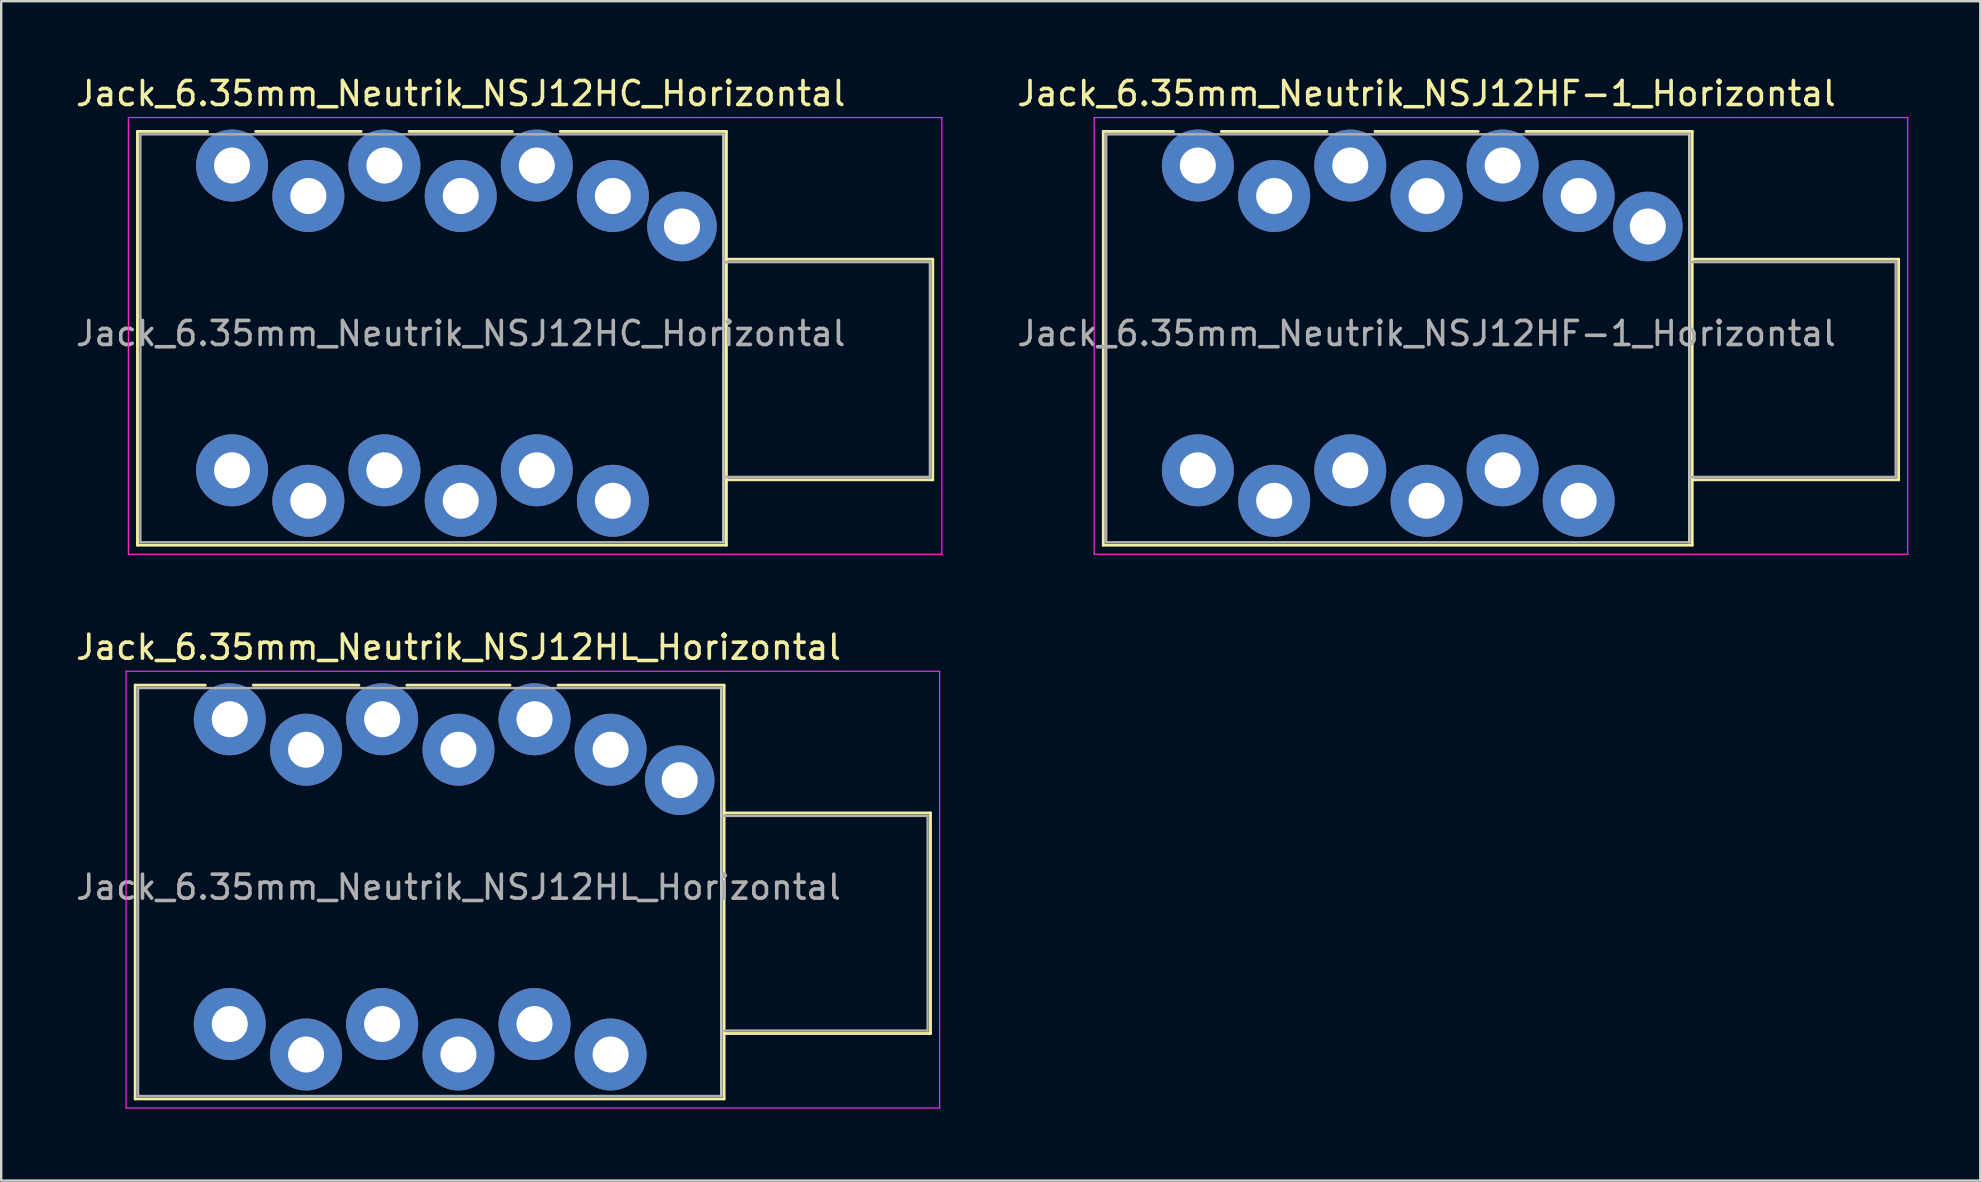
<source format=kicad_pcb>
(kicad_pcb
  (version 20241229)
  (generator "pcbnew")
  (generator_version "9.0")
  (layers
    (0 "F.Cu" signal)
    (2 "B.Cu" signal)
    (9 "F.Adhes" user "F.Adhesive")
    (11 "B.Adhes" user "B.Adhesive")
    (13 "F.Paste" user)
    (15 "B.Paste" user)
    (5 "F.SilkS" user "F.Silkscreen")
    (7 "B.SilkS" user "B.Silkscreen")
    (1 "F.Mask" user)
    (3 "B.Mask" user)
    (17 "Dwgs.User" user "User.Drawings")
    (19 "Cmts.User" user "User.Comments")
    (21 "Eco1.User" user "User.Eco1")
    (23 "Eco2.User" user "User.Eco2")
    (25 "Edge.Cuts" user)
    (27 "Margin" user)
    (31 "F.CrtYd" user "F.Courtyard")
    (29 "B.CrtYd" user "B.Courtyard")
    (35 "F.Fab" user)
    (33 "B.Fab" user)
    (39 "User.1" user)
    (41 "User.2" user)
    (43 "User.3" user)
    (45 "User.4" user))
  (footprint "Jack_6.35mm_Neutrik_NSJ12HC_Horizontal"
    (layer "F.Cu")
    (at 6.619 3.848)
    (property "Reference" "Jack_6.35mm_Neutrik_NSJ12HC_Horizontal" (at 9.53 -3 0) (layer "F.SilkS") (effects (font (size 1 1) (thickness 0.15))))
    (attr through_hole)
    (fp_line (start -3.94 -1.42) (end -1.02 -1.42) (stroke (width 0.12) (type solid)) (layer "F.SilkS"))
    (fp_line (start -3.94 15.82) (end -3.94 -1.42) (stroke (width 0.12) (type solid)) (layer "F.SilkS"))
    (fp_line (start -3.94 15.82) (end 20.6 15.82) (stroke (width 0.12) (type solid)) (layer "F.SilkS"))
    (fp_line (start 0.98 -1.42) (end 5.38 -1.42) (stroke (width 0.12) (type solid)) (layer "F.SilkS"))
    (fp_line (start 7.38 -1.42) (end 11.68 -1.42) (stroke (width 0.12) (type solid)) (layer "F.SilkS"))
    (fp_line (start 13.68 -1.42) (end 20.6 -1.42) (stroke (width 0.12) (type solid)) (layer "F.SilkS"))
    (fp_line (start 20.6 -1.42) (end 20.6 15.82) (stroke (width 0.12) (type solid)) (layer "F.SilkS"))
    (fp_line (start 29.2 3.905) (end 20.6 3.905) (stroke (width 0.12) (type solid)) (layer "F.SilkS"))
    (fp_line (start 29.2 13.095) (end 20.6 13.095) (stroke (width 0.12) (type solid)) (layer "F.SilkS"))
    (fp_line (start 29.2 13.095) (end 29.2 3.905) (stroke (width 0.12) (type solid)) (layer "F.SilkS"))
    (fp_line (start 20.48 -1.3) (end 20.48 15.7) (stroke (width 0.1) (type solid)) (layer "Dwgs.User"))
    (fp_line (start -4.32 16.2) (end -4.32 -2) (stroke (width 0.05) (type solid)) (layer "F.CrtYd"))
    (fp_line (start -4.32 16.2) (end 29.58 16.2) (stroke (width 0.05) (type solid)) (layer "F.CrtYd"))
    (fp_line (start 29.58 -2) (end -4.32 -2) (stroke (width 0.05) (type solid)) (layer "F.CrtYd"))
    (fp_line (start 29.58 16.2) (end 29.58 -2) (stroke (width 0.05) (type solid)) (layer "F.CrtYd"))
    (fp_line (start -3.82 -1.3) (end 20.48 -1.3) (stroke (width 0.1) (type solid)) (layer "F.Fab"))
    (fp_line (start -3.82 15.7) (end -3.82 -1.3) (stroke (width 0.1) (type solid)) (layer "F.Fab"))
    (fp_line (start 20.48 -1.3) (end 20.48 15.7) (stroke (width 0.1) (type solid)) (layer "F.Fab"))
    (fp_line (start 20.48 12.975) (end 29.08 12.975) (stroke (width 0.1) (type solid)) (layer "F.Fab"))
    (fp_line (start 20.48 15.7) (end -3.82 15.7) (stroke (width 0.1) (type solid)) (layer "F.Fab"))
    (fp_line (start 29.08 4.025) (end 20.48 4.025) (stroke (width 0.1) (type solid)) (layer "F.Fab"))
    (fp_line (start 29.08 12.975) (end 29.08 4.025) (stroke (width 0.1) (type solid)) (layer "F.Fab"))
    (fp_text user "${REFERENCE}" (at 9.53 7 0) (layer "F.Fab") (effects (font (size 1 1) (thickness 0.15))))
    (pad "G" thru_hole circle (at 18.75 2.54) (size 2.9 2.9) (drill 1.5) (layers "*.Cu" "*.Mask"))
    (pad "R1" thru_hole circle (at 6.35 0) (size 3 3) (drill 1.5) (layers "*.Cu" "*.Mask"))
    (pad "R2" thru_hole circle (at 9.53 1.27) (size 3 3) (drill 1.5) (layers "*.Cu" "*.Mask"))
    (pad "RN1" thru_hole circle (at 6.35 12.7) (size 3 3) (drill 1.5) (layers "*.Cu" "*.Mask"))
    (pad "RN2" thru_hole circle (at 9.53 13.97) (size 3 3) (drill 1.5) (layers "*.Cu" "*.Mask"))
    (pad "S1" thru_hole circle (at 12.7 0) (size 3 3) (drill 1.5) (layers "*.Cu" "*.Mask"))
    (pad "S2" thru_hole circle (at 15.87 1.27) (size 3 3) (drill 1.5) (layers "*.Cu" "*.Mask"))
    (pad "SN1" thru_hole circle (at 12.7 12.7) (size 3 3) (drill 1.5) (layers "*.Cu" "*.Mask"))
    (pad "SN2" thru_hole circle (at 15.87 13.97) (size 3 3) (drill 1.5) (layers "*.Cu" "*.Mask"))
    (pad "T1" thru_hole circle (at 0 0) (size 3 3) (drill 1.5) (layers "*.Cu" "*.Mask"))
    (pad "T2" thru_hole circle (at 3.18 1.27) (size 3 3) (drill 1.5) (layers "*.Cu" "*.Mask"))
    (pad "TN1" thru_hole circle (at 0 12.7) (size 3 3) (drill 1.5) (layers "*.Cu" "*.Mask"))
    (pad "TN2" thru_hole circle (at 3.18 13.97) (size 3 3) (drill 1.5) (layers "*.Cu" "*.Mask")))
  (footprint "Jack_6.35mm_Neutrik_NSJ12HL_Horizontal"
    (layer "F.Cu")
    (at 6.524 26.922)
    (property "Reference" "Jack_6.35mm_Neutrik_NSJ12HL_Horizontal" (at 9.53 -3 0) (layer "F.SilkS") (effects (font (size 1 1) (thickness 0.15))))
    (attr through_hole)
    (fp_line (start -3.94 -1.42) (end -1.02 -1.42) (stroke (width 0.12) (type solid)) (layer "F.SilkS"))
    (fp_line (start -3.94 15.82) (end -3.94 -1.42) (stroke (width 0.12) (type solid)) (layer "F.SilkS"))
    (fp_line (start -3.94 15.82) (end 20.6 15.82) (stroke (width 0.12) (type solid)) (layer "F.SilkS"))
    (fp_line (start 0.98 -1.42) (end 5.38 -1.42) (stroke (width 0.12) (type solid)) (layer "F.SilkS"))
    (fp_line (start 7.38 -1.42) (end 11.68 -1.42) (stroke (width 0.12) (type solid)) (layer "F.SilkS"))
    (fp_line (start 13.68 -1.42) (end 20.6 -1.42) (stroke (width 0.12) (type solid)) (layer "F.SilkS"))
    (fp_line (start 20.6 -1.42) (end 20.6 15.82) (stroke (width 0.12) (type solid)) (layer "F.SilkS"))
    (fp_line (start 29.2 3.905) (end 20.6 3.905) (stroke (width 0.12) (type solid)) (layer "F.SilkS"))
    (fp_line (start 29.2 13.095) (end 20.6 13.095) (stroke (width 0.12) (type solid)) (layer "F.SilkS"))
    (fp_line (start 29.2 13.095) (end 29.2 3.905) (stroke (width 0.12) (type solid)) (layer "F.SilkS"))
    (fp_line (start 20.48 -1.3) (end 20.48 15.7) (stroke (width 0.1) (type solid)) (layer "Dwgs.User"))
    (fp_line (start -4.32 16.2) (end -4.32 -2) (stroke (width 0.05) (type solid)) (layer "F.CrtYd"))
    (fp_line (start -4.32 16.2) (end 29.58 16.2) (stroke (width 0.05) (type solid)) (layer "F.CrtYd"))
    (fp_line (start 29.58 -2) (end -4.32 -2) (stroke (width 0.05) (type solid)) (layer "F.CrtYd"))
    (fp_line (start 29.58 16.2) (end 29.58 -2) (stroke (width 0.05) (type solid)) (layer "F.CrtYd"))
    (fp_line (start -3.82 -1.3) (end 20.48 -1.3) (stroke (width 0.1) (type solid)) (layer "F.Fab"))
    (fp_line (start -3.82 15.7) (end -3.82 -1.3) (stroke (width 0.1) (type solid)) (layer "F.Fab"))
    (fp_line (start 20.48 -1.3) (end 20.48 15.7) (stroke (width 0.1) (type solid)) (layer "F.Fab"))
    (fp_line (start 20.48 12.975) (end 29.08 12.975) (stroke (width 0.1) (type solid)) (layer "F.Fab"))
    (fp_line (start 20.48 15.7) (end -3.82 15.7) (stroke (width 0.1) (type solid)) (layer "F.Fab"))
    (fp_line (start 29.08 4.025) (end 20.48 4.025) (stroke (width 0.1) (type solid)) (layer "F.Fab"))
    (fp_line (start 29.08 12.975) (end 29.08 4.025) (stroke (width 0.1) (type solid)) (layer "F.Fab"))
    (fp_text user "${REFERENCE}" (at 9.53 7 0) (layer "F.Fab") (effects (font (size 1 1) (thickness 0.15))))
    (pad "G" thru_hole circle (at 18.75 2.54) (size 2.9 2.9) (drill 1.5) (layers "*.Cu" "*.Mask"))
    (pad "R1" thru_hole circle (at 6.35 0) (size 3 3) (drill 1.5) (layers "*.Cu" "*.Mask"))
    (pad "R2" thru_hole circle (at 9.53 1.27) (size 3 3) (drill 1.5) (layers "*.Cu" "*.Mask"))
    (pad "RN1" thru_hole circle (at 6.35 12.7) (size 3 3) (drill 1.5) (layers "*.Cu" "*.Mask"))
    (pad "RN2" thru_hole circle (at 9.53 13.97) (size 3 3) (drill 1.5) (layers "*.Cu" "*.Mask"))
    (pad "S1" thru_hole circle (at 12.7 0) (size 3 3) (drill 1.5) (layers "*.Cu" "*.Mask"))
    (pad "S2" thru_hole circle (at 15.87 1.27) (size 3 3) (drill 1.5) (layers "*.Cu" "*.Mask"))
    (pad "SN1" thru_hole circle (at 12.7 12.7) (size 3 3) (drill 1.5) (layers "*.Cu" "*.Mask"))
    (pad "SN2" thru_hole circle (at 15.87 13.97) (size 3 3) (drill 1.5) (layers "*.Cu" "*.Mask"))
    (pad "T1" thru_hole circle (at 0 0) (size 3 3) (drill 1.5) (layers "*.Cu" "*.Mask"))
    (pad "T2" thru_hole circle (at 3.18 1.27) (size 3 3) (drill 1.5) (layers "*.Cu" "*.Mask"))
    (pad "TN1" thru_hole circle (at 0 12.7) (size 3 3) (drill 1.5) (layers "*.Cu" "*.Mask"))
    (pad "TN2" thru_hole circle (at 3.18 13.97) (size 3 3) (drill 1.5) (layers "*.Cu" "*.Mask")))
  (footprint "Jack_6.35mm_Neutrik_NSJ12HF-1_Horizontal"
    (layer "F.Cu")
    (at 46.866 3.848)
    (property "Reference" "Jack_6.35mm_Neutrik_NSJ12HF-1_Horizontal" (at 9.53 -3 0) (layer "F.SilkS") (effects (font (size 1 1) (thickness 0.15))))
    (attr through_hole)
    (fp_line (start -3.94 -1.42) (end -1.02 -1.42) (stroke (width 0.12) (type solid)) (layer "F.SilkS"))
    (fp_line (start -3.94 15.82) (end -3.94 -1.42) (stroke (width 0.12) (type solid)) (layer "F.SilkS"))
    (fp_line (start -3.94 15.82) (end 20.6 15.82) (stroke (width 0.12) (type solid)) (layer "F.SilkS"))
    (fp_line (start 0.98 -1.42) (end 5.38 -1.42) (stroke (width 0.12) (type solid)) (layer "F.SilkS"))
    (fp_line (start 7.38 -1.42) (end 11.68 -1.42) (stroke (width 0.12) (type solid)) (layer "F.SilkS"))
    (fp_line (start 13.68 -1.42) (end 20.6 -1.42) (stroke (width 0.12) (type solid)) (layer "F.SilkS"))
    (fp_line (start 20.6 -1.42) (end 20.6 15.82) (stroke (width 0.12) (type solid)) (layer "F.SilkS"))
    (fp_line (start 29.2 3.905) (end 20.6 3.905) (stroke (width 0.12) (type solid)) (layer "F.SilkS"))
    (fp_line (start 29.2 13.095) (end 20.6 13.095) (stroke (width 0.12) (type solid)) (layer "F.SilkS"))
    (fp_line (start 29.2 13.095) (end 29.2 3.905) (stroke (width 0.12) (type solid)) (layer "F.SilkS"))
    (fp_line (start 20.48 -1.3) (end 20.48 15.7) (stroke (width 0.1) (type solid)) (layer "Dwgs.User"))
    (fp_line (start -4.32 16.2) (end -4.32 -2) (stroke (width 0.05) (type solid)) (layer "F.CrtYd"))
    (fp_line (start -4.32 16.2) (end 29.58 16.2) (stroke (width 0.05) (type solid)) (layer "F.CrtYd"))
    (fp_line (start 29.58 -2) (end -4.32 -2) (stroke (width 0.05) (type solid)) (layer "F.CrtYd"))
    (fp_line (start 29.58 16.2) (end 29.58 -2) (stroke (width 0.05) (type solid)) (layer "F.CrtYd"))
    (fp_line (start -3.82 -1.3) (end 20.48 -1.3) (stroke (width 0.1) (type solid)) (layer "F.Fab"))
    (fp_line (start -3.82 15.7) (end -3.82 -1.3) (stroke (width 0.1) (type solid)) (layer "F.Fab"))
    (fp_line (start 20.48 -1.3) (end 20.48 15.7) (stroke (width 0.1) (type solid)) (layer "F.Fab"))
    (fp_line (start 20.48 12.975) (end 29.08 12.975) (stroke (width 0.1) (type solid)) (layer "F.Fab"))
    (fp_line (start 20.48 15.7) (end -3.82 15.7) (stroke (width 0.1) (type solid)) (layer "F.Fab"))
    (fp_line (start 29.08 4.025) (end 20.48 4.025) (stroke (width 0.1) (type solid)) (layer "F.Fab"))
    (fp_line (start 29.08 12.975) (end 29.08 4.025) (stroke (width 0.1) (type solid)) (layer "F.Fab"))
    (fp_text user "${REFERENCE}" (at 9.53 7 0) (layer "F.Fab") (effects (font (size 1 1) (thickness 0.15))))
    (pad "G" thru_hole circle (at 18.75 2.54) (size 2.9 2.9) (drill 1.5) (layers "*.Cu" "*.Mask"))
    (pad "R1" thru_hole circle (at 6.35 0) (size 3 3) (drill 1.5) (layers "*.Cu" "*.Mask"))
    (pad "R2" thru_hole circle (at 9.53 1.27) (size 3 3) (drill 1.5) (layers "*.Cu" "*.Mask"))
    (pad "RN1" thru_hole circle (at 6.35 12.7) (size 3 3) (drill 1.5) (layers "*.Cu" "*.Mask"))
    (pad "RN2" thru_hole circle (at 9.53 13.97) (size 3 3) (drill 1.5) (layers "*.Cu" "*.Mask"))
    (pad "S1" thru_hole circle (at 12.7 0) (size 3 3) (drill 1.5) (layers "*.Cu" "*.Mask"))
    (pad "S2" thru_hole circle (at 15.87 1.27) (size 3 3) (drill 1.5) (layers "*.Cu" "*.Mask"))
    (pad "SN1" thru_hole circle (at 12.7 12.7) (size 3 3) (drill 1.5) (layers "*.Cu" "*.Mask"))
    (pad "SN2" thru_hole circle (at 15.87 13.97) (size 3 3) (drill 1.5) (layers "*.Cu" "*.Mask"))
    (pad "T1" thru_hole circle (at 0 0) (size 3 3) (drill 1.5) (layers "*.Cu" "*.Mask"))
    (pad "T2" thru_hole circle (at 3.18 1.27) (size 3 3) (drill 1.5) (layers "*.Cu" "*.Mask"))
    (pad "TN1" thru_hole circle (at 0 12.7) (size 3 3) (drill 1.5) (layers "*.Cu" "*.Mask"))
    (pad "TN2" thru_hole circle (at 3.18 13.97) (size 3 3) (drill 1.5) (layers "*.Cu" "*.Mask")))
  (gr_rect
    (start -3 -3)
    (end 79.471 46.147)
    (stroke (width 0.1) (type default))
    (fill no)
    (layer "Edge.Cuts")))
</source>
